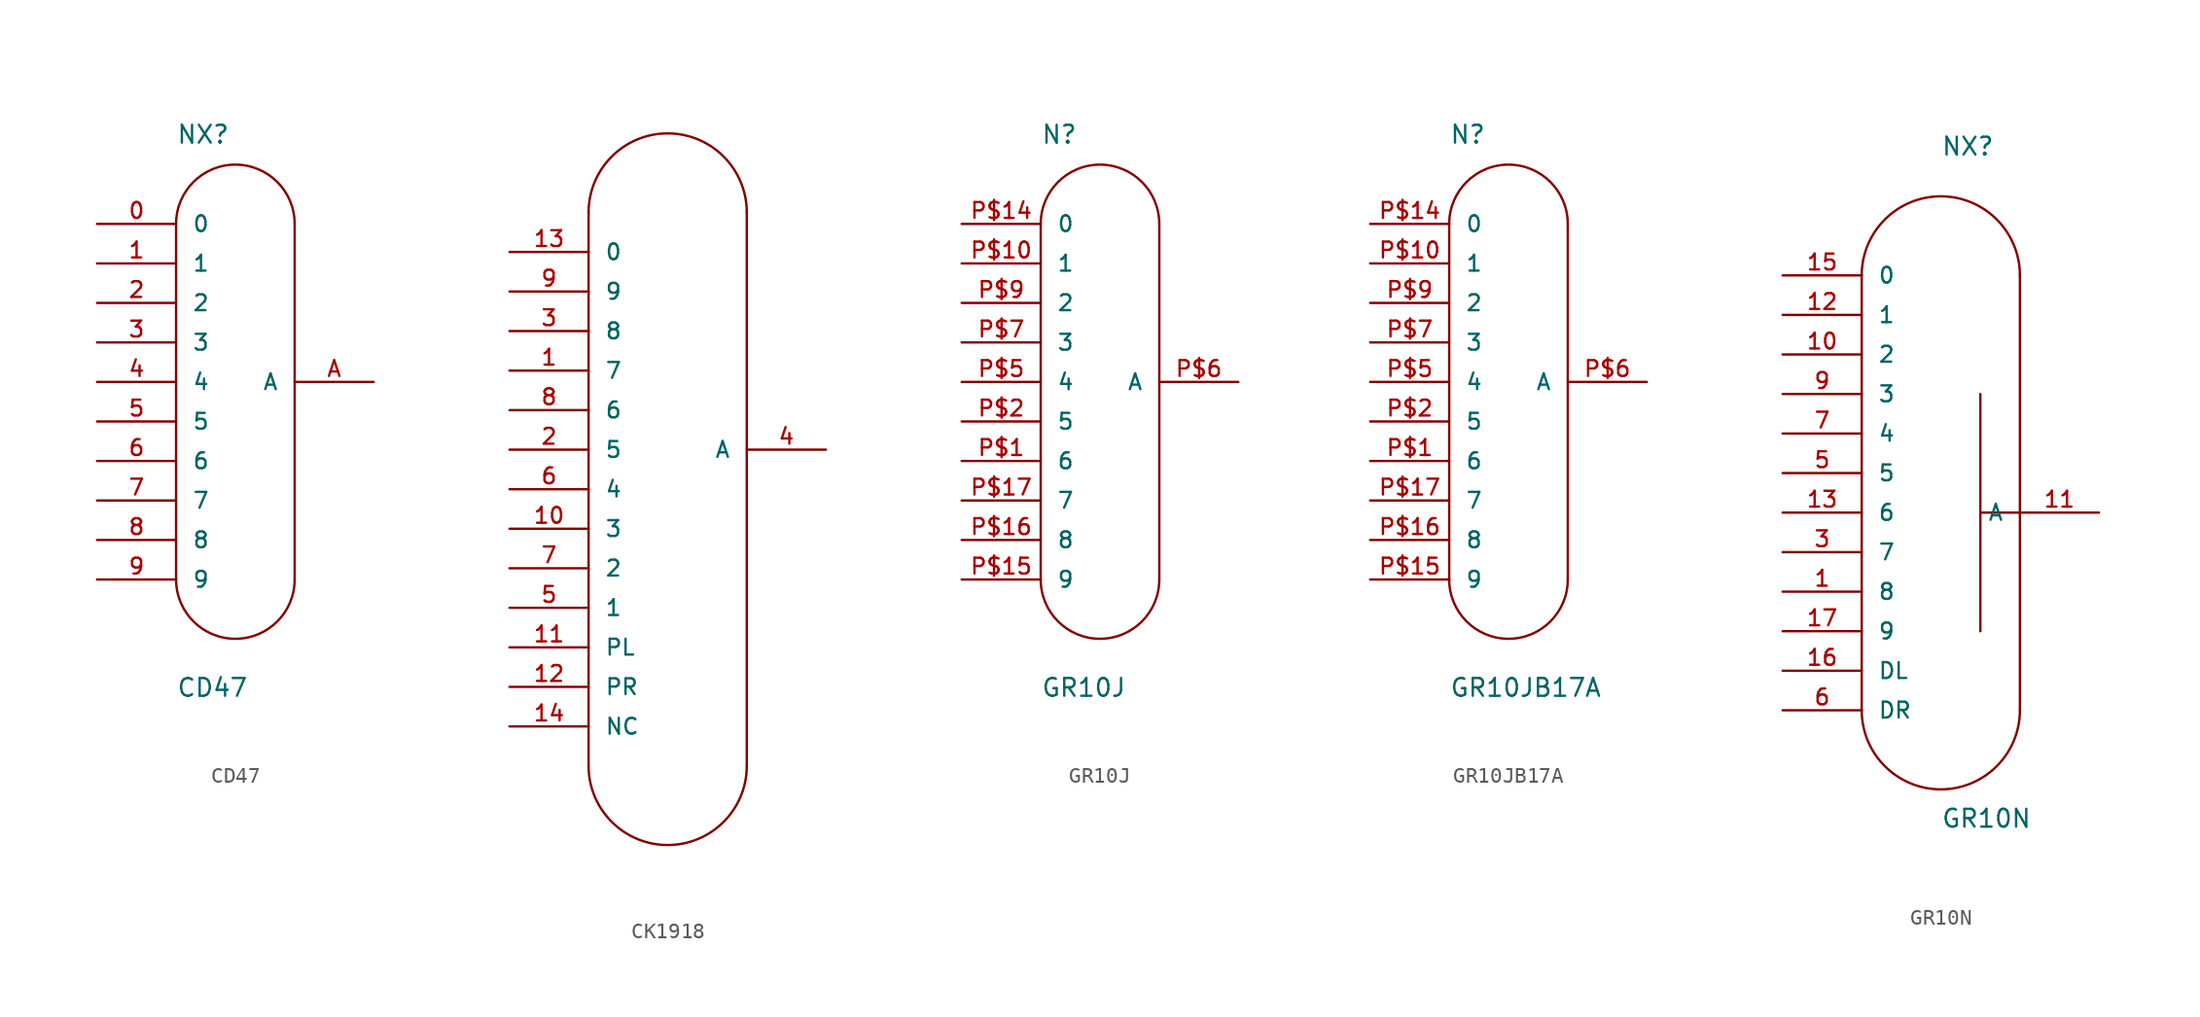
<source format=kicad_sym>
(kicad_symbol_lib
  (version 20241209)
  (generator "kicad_symbol_editor")
  (generator_version "9.0")
  (symbol "CD47"
    (pin_names
      (offset 1.016))
    (property "Reference" "NX"
      (at -22.86 12.7 0)
      (effects (font (size 1.143 1.143)) (justify left bottom)))
    (property "Value" "CD47"
      (at -22.86 -22.86 0)
      (effects (font (size 1.143 1.143)) (justify left bottom)))
    (property "ki_locked" ""
      (at 0 0 0)
      (effects (font (size 1.27 1.27))))
    (symbol "CD47_1_0"
      (polyline (pts (xy -22.86 7.62) (xy -22.86 -15.24)) (stroke (width 0) (type solid)) (fill (type none)))
      (polyline (pts (xy -15.24 7.62) (xy -15.24 -15.24)) (stroke (width 0) (type solid)) (fill (type none))))
    (symbol "CD47_1_1"
      (arc (start -22.86 7.62) (mid -19.05 11.43) (end -15.24 7.62) (stroke (width 0) (type solid)) (fill (type none)))
      (arc (start -15.24 -15.24) (mid -19.05 -19.05) (end -22.86 -15.24) (stroke (width 0) (type solid)) (fill (type none)))
      (pin passive line (at -27.94 7.62 0) (length 5.08) (name "0" (effects (font (size 1.016 1.016)))) (number "0" (effects (font (size 1.016 1.016)))))
      (pin passive line (at -27.94 5.08 0) (length 5.08) (name "1" (effects (font (size 1.016 1.016)))) (number "1" (effects (font (size 1.016 1.016)))))
      (pin passive line (at -27.94 2.54 0) (length 5.08) (name "2" (effects (font (size 1.016 1.016)))) (number "2" (effects (font (size 1.016 1.016)))))
      (pin passive line (at -27.94 0 0) (length 5.08) (name "3" (effects (font (size 1.016 1.016)))) (number "3" (effects (font (size 1.016 1.016)))))
      (pin passive line (at -27.94 -2.54 0) (length 5.08) (name "4" (effects (font (size 1.016 1.016)))) (number "4" (effects (font (size 1.016 1.016)))))
      (pin passive line (at -27.94 -5.08 0) (length 5.08) (name "5" (effects (font (size 1.016 1.016)))) (number "5" (effects (font (size 1.016 1.016)))))
      (pin passive line (at -27.94 -7.62 0) (length 5.08) (name "6" (effects (font (size 1.016 1.016)))) (number "6" (effects (font (size 1.016 1.016)))))
      (pin passive line (at -27.94 -10.16 0) (length 5.08) (name "7" (effects (font (size 1.016 1.016)))) (number "7" (effects (font (size 1.016 1.016)))))
      (pin passive line (at -27.94 -12.7 0) (length 5.08) (name "8" (effects (font (size 1.016 1.016)))) (number "8" (effects (font (size 1.016 1.016)))))
      (pin passive line (at -27.94 -15.24 0) (length 5.08) (name "9" (effects (font (size 1.016 1.016)))) (number "9" (effects (font (size 1.016 1.016)))))
      (pin passive line (at -10.16 -2.54 180) (length 5.08) (name "A" (effects (font (size 1.016 1.016)))) (number "A" (effects (font (size 1.016 1.016)))))))
  (symbol "CK1918"
    (pin_names
      (offset 1.016))
    (property "Reference" "U"
      (at 0 0 0)
      (effects (font (size 1.143 1.143)) (hide yes)))
    (property "ki_locked" ""
      (at 0 0 0)
      (effects (font (size 1.27 1.27))))
    (symbol "CK1918_1_0"
      (polyline (pts (xy -5.08 17.78) (xy -5.08 -17.78)) (stroke (width 0) (type solid)) (fill (type none)))
      (polyline (pts (xy 5.08 17.78) (xy 5.08 -17.78)) (stroke (width 0) (type solid)) (fill (type none))))
    (symbol "CK1918_1_1"
      (arc (start -5.08 17.78) (mid 0 22.86) (end 5.08 17.78) (stroke (width 0) (type solid)) (fill (type none)))
      (arc (start 5.08 -17.78) (mid 0 -22.86) (end -5.08 -17.78) (stroke (width 0) (type solid)) (fill (type none)))
      (pin passive line (at -10.16 15.24 0) (length 5.08) (name "0" (effects (font (size 1.016 1.016)))) (number "13" (effects (font (size 1.016 1.016)))))
      (pin passive line (at -10.16 12.7 0) (length 5.08) (name "9" (effects (font (size 1.016 1.016)))) (number "9" (effects (font (size 1.016 1.016)))))
      (pin passive line (at -10.16 10.16 0) (length 5.08) (name "8" (effects (font (size 1.016 1.016)))) (number "3" (effects (font (size 1.016 1.016)))))
      (pin passive line (at -10.16 7.62 0) (length 5.08) (name "7" (effects (font (size 1.016 1.016)))) (number "1" (effects (font (size 1.016 1.016)))))
      (pin passive line (at -10.16 5.08 0) (length 5.08) (name "6" (effects (font (size 1.016 1.016)))) (number "8" (effects (font (size 1.016 1.016)))))
      (pin passive line (at -10.16 2.54 0) (length 5.08) (name "5" (effects (font (size 1.016 1.016)))) (number "2" (effects (font (size 1.016 1.016)))))
      (pin passive line (at -10.16 0 0) (length 5.08) (name "4" (effects (font (size 1.016 1.016)))) (number "6" (effects (font (size 1.016 1.016)))))
      (pin passive line (at -10.16 -2.54 0) (length 5.08) (name "3" (effects (font (size 1.016 1.016)))) (number "10" (effects (font (size 1.016 1.016)))))
      (pin passive line (at -10.16 -5.08 0) (length 5.08) (name "2" (effects (font (size 1.016 1.016)))) (number "7" (effects (font (size 1.016 1.016)))))
      (pin passive line (at -10.16 -7.62 0) (length 5.08) (name "1" (effects (font (size 1.016 1.016)))) (number "5" (effects (font (size 1.016 1.016)))))
      (pin passive line (at -10.16 -10.16 0) (length 5.08) (name "PL" (effects (font (size 1.016 1.016)))) (number "11" (effects (font (size 1.016 1.016)))))
      (pin passive line (at -10.16 -12.7 0) (length 5.08) (name "PR" (effects (font (size 1.016 1.016)))) (number "12" (effects (font (size 1.016 1.016)))))
      (pin unspecified line (at -10.16 -15.24 0) (length 5.08) (name "NC" (effects (font (size 1.016 1.016)))) (number "14" (effects (font (size 1.016 1.016)))))
      (pin passive line (at 10.16 2.54 180) (length 5.08) (name "A" (effects (font (size 1.016 1.016)))) (number "4" (effects (font (size 1.016 1.016)))))))
  (symbol "GR10J"
    (pin_names
      (offset 1.016))
    (property "Reference" "N"
      (at -22.86 12.7 0)
      (effects (font (size 1.143 1.143)) (justify left bottom)))
    (property "Value" "GR10J"
      (at -22.86 -22.86 0)
      (effects (font (size 1.143 1.143)) (justify left bottom)))
    (property "ki_locked" ""
      (at 0 0 0)
      (effects (font (size 1.27 1.27))))
    (symbol "GR10J_1_0"
      (polyline (pts (xy -22.86 7.62) (xy -22.86 -15.24)) (stroke (width 0) (type solid)) (fill (type none)))
      (polyline (pts (xy -15.24 7.62) (xy -15.24 -15.24)) (stroke (width 0) (type solid)) (fill (type none))))
    (symbol "GR10J_1_1"
      (arc (start -22.86 7.62) (mid -19.05 11.43) (end -15.24 7.62) (stroke (width 0) (type solid)) (fill (type none)))
      (arc (start -15.24 -15.24) (mid -19.05 -19.05) (end -22.86 -15.24) (stroke (width 0) (type solid)) (fill (type none)))
      (pin passive line (at -27.94 7.62 0) (length 5.08) (name "0" (effects (font (size 1.016 1.016)))) (number "P$14" (effects (font (size 1.016 1.016)))))
      (pin passive line (at -27.94 5.08 0) (length 5.08) (name "1" (effects (font (size 1.016 1.016)))) (number "P$10" (effects (font (size 1.016 1.016)))))
      (pin passive line (at -27.94 2.54 0) (length 5.08) (name "2" (effects (font (size 1.016 1.016)))) (number "P$9" (effects (font (size 1.016 1.016)))))
      (pin passive line (at -27.94 0 0) (length 5.08) (name "3" (effects (font (size 1.016 1.016)))) (number "P$7" (effects (font (size 1.016 1.016)))))
      (pin passive line (at -27.94 -2.54 0) (length 5.08) (name "4" (effects (font (size 1.016 1.016)))) (number "P$5" (effects (font (size 1.016 1.016)))))
      (pin passive line (at -27.94 -5.08 0) (length 5.08) (name "5" (effects (font (size 1.016 1.016)))) (number "P$2" (effects (font (size 1.016 1.016)))))
      (pin passive line (at -27.94 -7.62 0) (length 5.08) (name "6" (effects (font (size 1.016 1.016)))) (number "P$1" (effects (font (size 1.016 1.016)))))
      (pin passive line (at -27.94 -10.16 0) (length 5.08) (name "7" (effects (font (size 1.016 1.016)))) (number "P$17" (effects (font (size 1.016 1.016)))))
      (pin passive line (at -27.94 -12.7 0) (length 5.08) (name "8" (effects (font (size 1.016 1.016)))) (number "P$16" (effects (font (size 1.016 1.016)))))
      (pin passive line (at -27.94 -15.24 0) (length 5.08) (name "9" (effects (font (size 1.016 1.016)))) (number "P$15" (effects (font (size 1.016 1.016)))))
      (pin passive line (at -10.16 -2.54 180) (length 5.08) (name "A" (effects (font (size 1.016 1.016)))) (number "P$6" (effects (font (size 1.016 1.016)))))))
  (symbol "GR10JB17A"
    (pin_names
      (offset 1.016))
    (property "Reference" "N"
      (at -22.86 12.7 0)
      (effects (font (size 1.143 1.143)) (justify left bottom)))
    (property "Value" "GR10JB17A"
      (at -22.86 -22.86 0)
      (effects (font (size 1.143 1.143)) (justify left bottom)))
    (property "ki_locked" ""
      (at 0 0 0)
      (effects (font (size 1.27 1.27))))
    (symbol "GR10JB17A_1_0"
      (polyline (pts (xy -22.86 7.62) (xy -22.86 -15.24)) (stroke (width 0) (type solid)) (fill (type none)))
      (polyline (pts (xy -15.24 7.62) (xy -15.24 -15.24)) (stroke (width 0) (type solid)) (fill (type none))))
    (symbol "GR10JB17A_1_1"
      (arc (start -22.86 7.62) (mid -19.05 11.43) (end -15.24 7.62) (stroke (width 0) (type solid)) (fill (type none)))
      (arc (start -15.24 -15.24) (mid -19.05 -19.05) (end -22.86 -15.24) (stroke (width 0) (type solid)) (fill (type none)))
      (pin passive line (at -27.94 7.62 0) (length 5.08) (name "0" (effects (font (size 1.016 1.016)))) (number "P$14" (effects (font (size 1.016 1.016)))))
      (pin passive line (at -27.94 5.08 0) (length 5.08) (name "1" (effects (font (size 1.016 1.016)))) (number "P$10" (effects (font (size 1.016 1.016)))))
      (pin passive line (at -27.94 2.54 0) (length 5.08) (name "2" (effects (font (size 1.016 1.016)))) (number "P$9" (effects (font (size 1.016 1.016)))))
      (pin passive line (at -27.94 0 0) (length 5.08) (name "3" (effects (font (size 1.016 1.016)))) (number "P$7" (effects (font (size 1.016 1.016)))))
      (pin passive line (at -27.94 -2.54 0) (length 5.08) (name "4" (effects (font (size 1.016 1.016)))) (number "P$5" (effects (font (size 1.016 1.016)))))
      (pin passive line (at -27.94 -5.08 0) (length 5.08) (name "5" (effects (font (size 1.016 1.016)))) (number "P$2" (effects (font (size 1.016 1.016)))))
      (pin passive line (at -27.94 -7.62 0) (length 5.08) (name "6" (effects (font (size 1.016 1.016)))) (number "P$1" (effects (font (size 1.016 1.016)))))
      (pin passive line (at -27.94 -10.16 0) (length 5.08) (name "7" (effects (font (size 1.016 1.016)))) (number "P$17" (effects (font (size 1.016 1.016)))))
      (pin passive line (at -27.94 -12.7 0) (length 5.08) (name "8" (effects (font (size 1.016 1.016)))) (number "P$16" (effects (font (size 1.016 1.016)))))
      (pin passive line (at -27.94 -15.24 0) (length 5.08) (name "9" (effects (font (size 1.016 1.016)))) (number "P$15" (effects (font (size 1.016 1.016)))))
      (pin passive line (at -10.16 -2.54 180) (length 5.08) (name "A" (effects (font (size 1.016 1.016)))) (number "P$6" (effects (font (size 1.016 1.016)))))))
  (symbol "GR10N"
    (pin_names
      (offset 1.016))
    (property "Reference" "NX"
      (at 0 22.86 0)
      (effects (font (size 1.143 1.143)) (justify left bottom)))
    (property "Value" "GR10N"
      (at 0 -20.32 0)
      (effects (font (size 1.143 1.143)) (justify left bottom)))
    (property "ki_locked" ""
      (at 0 0 0)
      (effects (font (size 1.27 1.27))))
    (symbol "GR10N_1_0"
      (polyline (pts (xy -5.08 15.24) (xy -5.08 -12.7)) (stroke (width 0) (type solid)) (fill (type none)))
      (polyline (pts (xy 2.54 -7.62) (xy 2.54 7.62)) (stroke (width 0) (type solid)) (fill (type none)))
      (polyline (pts (xy 5.08 15.24) (xy 5.08 -12.7)) (stroke (width 0) (type solid)) (fill (type none)))
      (polyline (pts (xy 5.08 0) (xy 2.54 0)) (stroke (width 0) (type solid)) (fill (type none))))
    (symbol "GR10N_1_1"
      (arc (start -5.08 15.24) (mid 0 20.32) (end 5.08 15.24) (stroke (width 0) (type solid)) (fill (type none)))
      (arc (start 5.08 -12.7) (mid 0 -17.78) (end -5.08 -12.7) (stroke (width 0) (type solid)) (fill (type none)))
      (pin passive line (at -10.16 15.24 0) (length 5.08) (name "0" (effects (font (size 1.016 1.016)))) (number "15" (effects (font (size 1.016 1.016)))))
      (pin passive line (at -10.16 12.7 0) (length 5.08) (name "1" (effects (font (size 1.016 1.016)))) (number "12" (effects (font (size 1.016 1.016)))))
      (pin passive line (at -10.16 10.16 0) (length 5.08) (name "2" (effects (font (size 1.016 1.016)))) (number "10" (effects (font (size 1.016 1.016)))))
      (pin passive line (at -10.16 7.62 0) (length 5.08) (name "3" (effects (font (size 1.016 1.016)))) (number "9" (effects (font (size 1.016 1.016)))))
      (pin passive line (at -10.16 5.08 0) (length 5.08) (name "4" (effects (font (size 1.016 1.016)))) (number "7" (effects (font (size 1.016 1.016)))))
      (pin passive line (at -10.16 2.54 0) (length 5.08) (name "5" (effects (font (size 1.016 1.016)))) (number "5" (effects (font (size 1.016 1.016)))))
      (pin passive line (at -10.16 0 0) (length 5.08) (name "6" (effects (font (size 1.016 1.016)))) (number "13" (effects (font (size 1.016 1.016)))))
      (pin passive line (at -10.16 -2.54 0) (length 5.08) (name "7" (effects (font (size 1.016 1.016)))) (number "3" (effects (font (size 1.016 1.016)))))
      (pin passive line (at -10.16 -5.08 0) (length 5.08) (name "8" (effects (font (size 1.016 1.016)))) (number "1" (effects (font (size 1.016 1.016)))))
      (pin passive line (at -10.16 -7.62 0) (length 5.08) (name "9" (effects (font (size 1.016 1.016)))) (number "17" (effects (font (size 1.016 1.016)))))
      (pin passive line (at -10.16 -10.16 0) (length 5.08) (name "DL" (effects (font (size 1.016 1.016)))) (number "16" (effects (font (size 1.016 1.016)))))
      (pin passive line (at -10.16 -12.7 0) (length 5.08) (name "DR" (effects (font (size 1.016 1.016)))) (number "6" (effects (font (size 1.016 1.016)))))
      (pin passive line (at 10.16 0 180) (length 5.08) (name "A" (effects (font (size 1.016 1.016)))) (number "11" (effects (font (size 1.016 1.016))))))))
</source>
